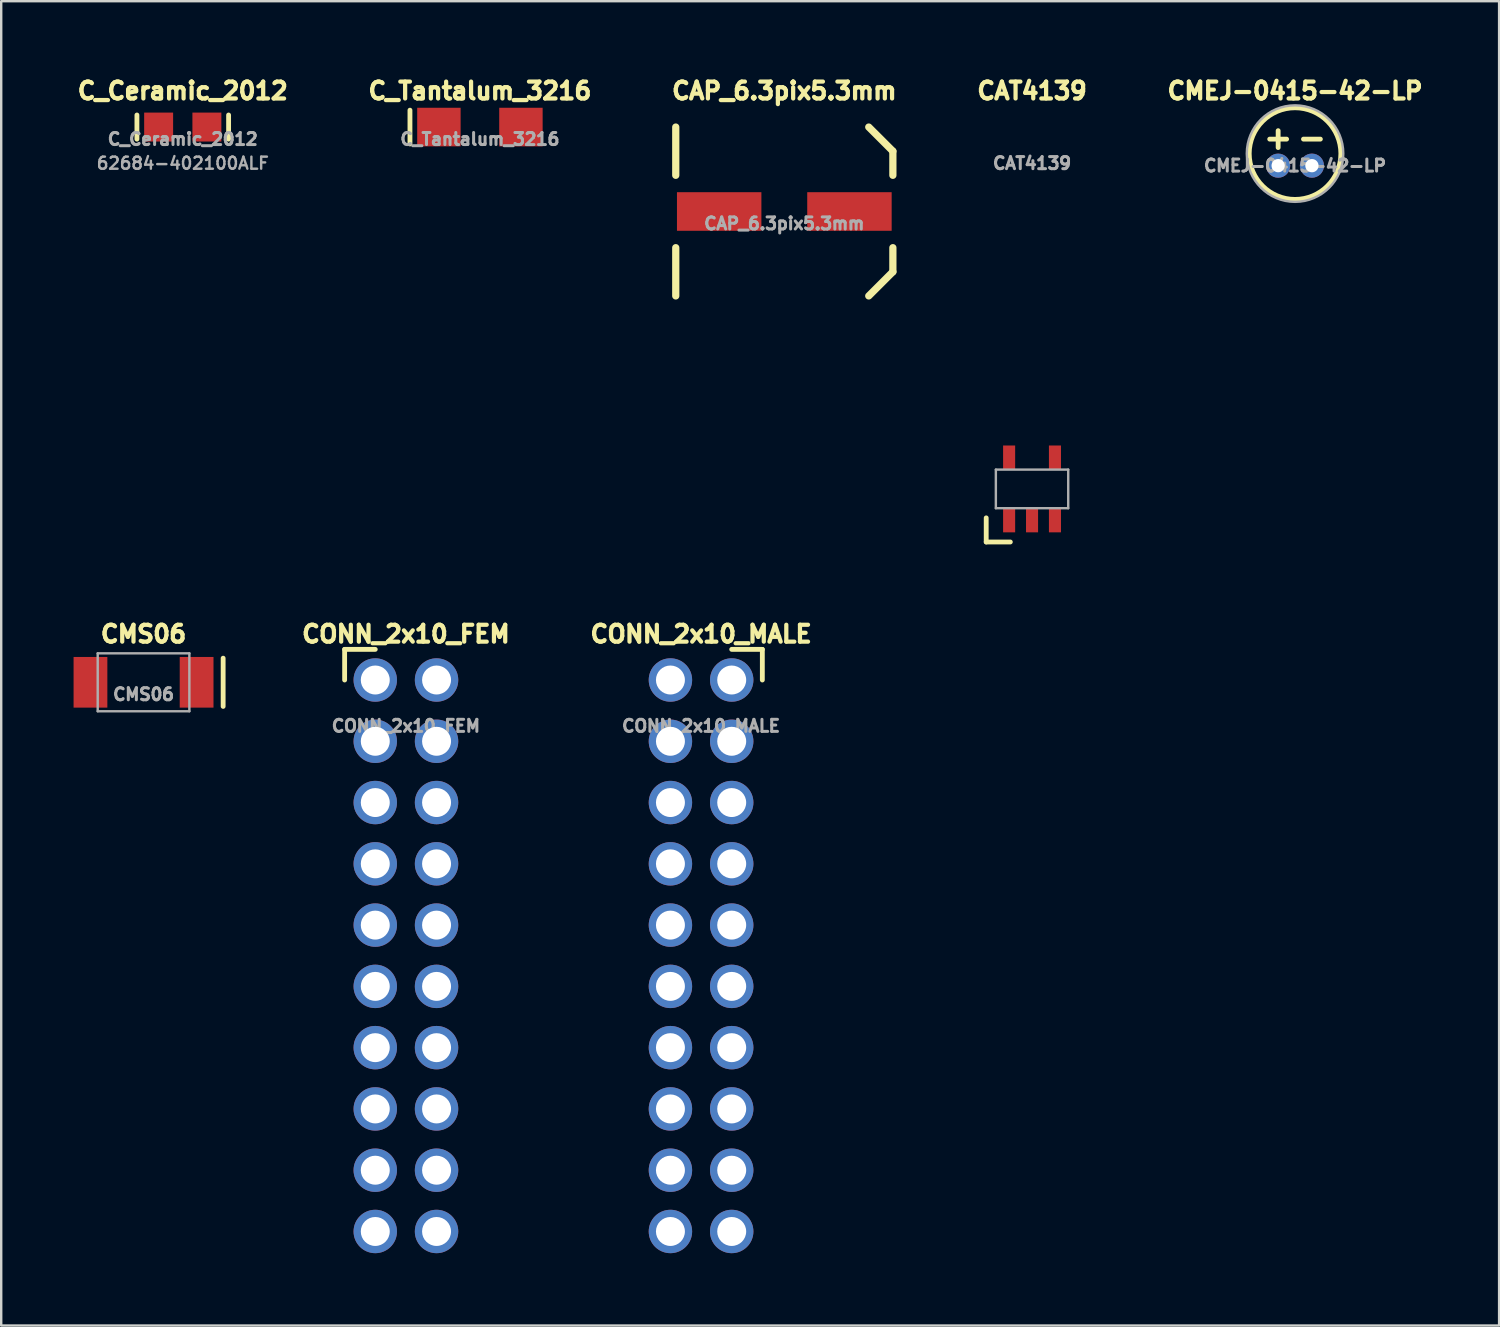
<source format=kicad_pcb>
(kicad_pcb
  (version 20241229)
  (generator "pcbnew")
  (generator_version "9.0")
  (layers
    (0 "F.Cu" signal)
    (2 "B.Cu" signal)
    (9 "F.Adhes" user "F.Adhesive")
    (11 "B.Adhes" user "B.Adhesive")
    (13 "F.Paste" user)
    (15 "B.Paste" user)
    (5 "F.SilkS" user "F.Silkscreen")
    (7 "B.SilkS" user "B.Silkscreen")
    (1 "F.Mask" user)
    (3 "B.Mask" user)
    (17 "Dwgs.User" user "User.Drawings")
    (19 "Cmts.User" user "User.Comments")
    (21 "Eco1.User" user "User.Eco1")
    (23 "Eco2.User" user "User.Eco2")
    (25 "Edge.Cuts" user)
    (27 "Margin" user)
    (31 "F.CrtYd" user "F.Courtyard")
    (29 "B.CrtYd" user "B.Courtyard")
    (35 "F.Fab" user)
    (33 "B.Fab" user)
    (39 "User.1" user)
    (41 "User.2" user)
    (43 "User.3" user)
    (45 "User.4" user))
  (footprint "CAP_6.3pix5.3mm"
    (layer "F.Cu")
    (at 29.462 5.717)
    (property "Reference" "CAP_6.3pix5.3mm" (at 0 -5 0) (unlocked yes) (layer "F.SilkS") (effects (font (size 0.7 0.7) (thickness 0.175) (bold yes))))
    (attr smd)
    (fp_line (start -4.5 -3.5) (end -4.5 -1.5) (stroke (width 0.3) (type default)) (layer "F.SilkS"))
    (fp_line (start -4.5 1.5) (end -4.5 3.5) (stroke (width 0.3) (type default)) (layer "F.SilkS"))
    (fp_line (start 3.5 -3.5) (end 4.5 -2.5) (stroke (width 0.3) (type default)) (layer "F.SilkS"))
    (fp_line (start 4.5 -2.5) (end 4.5 -1.5) (stroke (width 0.3) (type default)) (layer "F.SilkS"))
    (fp_line (start 4.5 1.5) (end 4.5 2.5) (stroke (width 0.3) (type default)) (layer "F.SilkS"))
    (fp_line (start 4.5 2.5) (end 3.5 3.5) (stroke (width 0.3) (type default)) (layer "F.SilkS"))
    (fp_text user "${REFERENCE}" (at 0 0.5 0) (unlocked yes) (layer "F.Fab") (effects (font (size 0.5 0.5) (thickness 0.125))))
    (pad "1" smd rect (at 2.7 0) (size 3.5 1.6) (layers "F.Cu" "F.Mask" "F.Paste"))
    (pad "2" smd rect (at -2.7 0) (size 3.5 1.6) (layers "F.Cu" "F.Mask" "F.Paste")))
  (footprint "CONN_2x10_MALE"
    (layer "F.Cu")
    (at 26.011 25.138)
    (property "Reference" "CONN_2x10_MALE" (at 0 -1.905 0) (unlocked yes) (layer "F.SilkS") (effects (font (size 0.7 0.7) (thickness 0.175) (bold yes))))
    (attr smd)
    (fp_line (start 1.27 -1.27) (end 2.54 -1.27) (stroke (width 0.2) (type default)) (layer "F.SilkS"))
    (fp_line (start 2.54 -1.27) (end 2.54 0) (stroke (width 0.2) (type default)) (layer "F.SilkS"))
    (fp_text user "${REFERENCE}" (at 0 1.905 0) (unlocked yes) (layer "F.Fab") (effects (font (size 0.5 0.5) (thickness 0.125))))
    (pad "1" thru_hole circle (at 1.27 0) (size 1.8 1.8) (drill 1.2) (layers "*.Cu" "*.Mask"))
    (pad "2" thru_hole circle (at 1.27 2.54) (size 1.8 1.8) (drill 1.2) (layers "*.Cu" "*.Mask"))
    (pad "3" thru_hole circle (at 1.27 5.08) (size 1.8 1.8) (drill 1.2) (layers "*.Cu" "*.Mask"))
    (pad "4" thru_hole circle (at 1.27 7.62) (size 1.8 1.8) (drill 1.2) (layers "*.Cu" "*.Mask"))
    (pad "5" thru_hole circle (at 1.27 10.16) (size 1.8 1.8) (drill 1.2) (layers "*.Cu" "*.Mask"))
    (pad "6" thru_hole circle (at 1.27 12.7) (size 1.8 1.8) (drill 1.2) (layers "*.Cu" "*.Mask"))
    (pad "7" thru_hole circle (at 1.27 15.24) (size 1.8 1.8) (drill 1.2) (layers "*.Cu" "*.Mask"))
    (pad "8" thru_hole circle (at 1.27 17.78) (size 1.8 1.8) (drill 1.2) (layers "*.Cu" "*.Mask"))
    (pad "9" thru_hole circle (at 1.27 20.32) (size 1.8 1.8) (drill 1.2) (layers "*.Cu" "*.Mask"))
    (pad "10" thru_hole circle (at 1.27 22.86) (size 1.8 1.8) (drill 1.2) (layers "*.Cu" "*.Mask"))
    (pad "11" thru_hole circle (at -1.27 22.86) (size 1.8 1.8) (drill 1.2) (layers "*.Cu" "*.Mask"))
    (pad "12" thru_hole circle (at -1.27 20.32) (size 1.8 1.8) (drill 1.2) (layers "*.Cu" "*.Mask"))
    (pad "13" thru_hole circle (at -1.27 17.78) (size 1.8 1.8) (drill 1.2) (layers "*.Cu" "*.Mask"))
    (pad "14" thru_hole circle (at -1.27 15.24) (size 1.8 1.8) (drill 1.2) (layers "*.Cu" "*.Mask"))
    (pad "15" thru_hole circle (at -1.27 12.7) (size 1.8 1.8) (drill 1.2) (layers "*.Cu" "*.Mask"))
    (pad "16" thru_hole circle (at -1.27 10.16) (size 1.8 1.8) (drill 1.2) (layers "*.Cu" "*.Mask"))
    (pad "17" thru_hole circle (at -1.27 7.62) (size 1.8 1.8) (drill 1.2) (layers "*.Cu" "*.Mask"))
    (pad "18" thru_hole circle (at -1.27 5.08) (size 1.8 1.8) (drill 1.2) (layers "*.Cu" "*.Mask"))
    (pad "19" thru_hole circle (at -1.27 2.54) (size 1.8 1.8) (drill 1.2) (layers "*.Cu" "*.Mask"))
    (pad "20" thru_hole circle (at -1.27 0) (size 1.8 1.8) (drill 1.2) (layers "*.Cu" "*.Mask")))
  (footprint "C_Tantalum_3216"
    (layer "F.Cu")
    (at 16.844 2.217)
    (property "Reference" "C_Tantalum_3216" (at 0 -1.5 0) (unlocked yes) (layer "F.SilkS") (effects (font (size 0.7 0.7) (thickness 0.175) (bold yes))))
    (attr smd)
    (fp_line (start -2.9 -0.7) (end -2.9 0.7) (stroke (width 0.2) (type default)) (layer "F.SilkS"))
    (fp_text user "${REFERENCE}" (at 0 0.5 0) (unlocked yes) (layer "F.Fab") (effects (font (size 0.5 0.5) (thickness 0.125))))
    (pad "1" smd rect (at -1.7 0) (size 1.8 1.6) (layers "F.Cu" "F.Mask" "F.Paste"))
    (pad "2" smd rect (at 1.7 0) (size 1.8 1.6) (layers "F.Cu" "F.Mask" "F.Paste")))
  (footprint "CONN_2x10_FEM"
    (layer "F.Cu")
    (at 13.776 25.138)
    (property "Reference" "CONN_2x10_FEM" (at 0 -1.905 0) (unlocked yes) (layer "F.SilkS") (effects (font (size 0.7 0.7) (thickness 0.175) (bold yes))))
    (attr smd)
    (fp_line (start -2.54 -1.27) (end -2.54 0) (stroke (width 0.2) (type default)) (layer "F.SilkS"))
    (fp_line (start -1.27 -1.27) (end -2.54 -1.27) (stroke (width 0.2) (type default)) (layer "F.SilkS"))
    (fp_text user "${REFERENCE}" (at 0 1.905 0) (unlocked yes) (layer "F.Fab") (effects (font (size 0.5 0.5) (thickness 0.125))))
    (pad "1" thru_hole circle (at -1.27 0) (size 1.8 1.8) (drill 1.2) (layers "*.Cu" "*.Mask"))
    (pad "2" thru_hole circle (at -1.27 2.54) (size 1.8 1.8) (drill 1.2) (layers "*.Cu" "*.Mask"))
    (pad "3" thru_hole circle (at -1.27 5.08) (size 1.8 1.8) (drill 1.2) (layers "*.Cu" "*.Mask"))
    (pad "4" thru_hole circle (at -1.27 7.62) (size 1.8 1.8) (drill 1.2) (layers "*.Cu" "*.Mask"))
    (pad "5" thru_hole circle (at -1.27 10.16) (size 1.8 1.8) (drill 1.2) (layers "*.Cu" "*.Mask"))
    (pad "6" thru_hole circle (at -1.27 12.7) (size 1.8 1.8) (drill 1.2) (layers "*.Cu" "*.Mask"))
    (pad "7" thru_hole circle (at -1.27 15.24) (size 1.8 1.8) (drill 1.2) (layers "*.Cu" "*.Mask"))
    (pad "8" thru_hole circle (at -1.27 17.78) (size 1.8 1.8) (drill 1.2) (layers "*.Cu" "*.Mask"))
    (pad "9" thru_hole circle (at -1.27 20.32) (size 1.8 1.8) (drill 1.2) (layers "*.Cu" "*.Mask"))
    (pad "10" thru_hole circle (at -1.27 22.86) (size 1.8 1.8) (drill 1.2) (layers "*.Cu" "*.Mask"))
    (pad "11" thru_hole circle (at 1.27 22.86) (size 1.8 1.8) (drill 1.2) (layers "*.Cu" "*.Mask"))
    (pad "12" thru_hole circle (at 1.27 20.32) (size 1.8 1.8) (drill 1.2) (layers "*.Cu" "*.Mask"))
    (pad "13" thru_hole circle (at 1.27 17.78) (size 1.8 1.8) (drill 1.2) (layers "*.Cu" "*.Mask"))
    (pad "14" thru_hole circle (at 1.27 15.24) (size 1.8 1.8) (drill 1.2) (layers "*.Cu" "*.Mask"))
    (pad "15" thru_hole circle (at 1.27 12.7) (size 1.8 1.8) (drill 1.2) (layers "*.Cu" "*.Mask"))
    (pad "16" thru_hole circle (at 1.27 10.16) (size 1.8 1.8) (drill 1.2) (layers "*.Cu" "*.Mask"))
    (pad "17" thru_hole circle (at 1.27 7.62) (size 1.8 1.8) (drill 1.2) (layers "*.Cu" "*.Mask"))
    (pad "18" thru_hole circle (at 1.27 5.08) (size 1.8 1.8) (drill 1.2) (layers "*.Cu" "*.Mask"))
    (pad "19" thru_hole circle (at 1.27 2.54) (size 1.8 1.8) (drill 1.2) (layers "*.Cu" "*.Mask"))
    (pad "20" thru_hole circle (at 1.27 0) (size 1.8 1.8) (drill 1.2) (layers "*.Cu" "*.Mask")))
  (footprint "C_Ceramic_2012"
    (layer "F.Cu")
    (at 4.526 2.217)
    (property "Reference" "C_Ceramic_2012" (at 0 -1.5 0) (unlocked yes) (layer "F.SilkS") (effects (font (size 0.7 0.7) (thickness 0.175) (bold yes))))
    (attr smd)
    (fp_line (start -1.9 -0.5) (end -1.9 0.5) (stroke (width 0.2) (type default)) (layer "F.SilkS"))
    (fp_line (start 1.9 -0.5) (end 1.9 0.5) (stroke (width 0.2) (type default)) (layer "F.SilkS"))
    (fp_text user "${REFERENCE}" (at 0 0.5 0) (unlocked yes) (layer "F.Fab") (effects (font (size 0.5 0.5) (thickness 0.125))))
    (fp_text user "62684-402100ALF" (at 0 1.5 0) (unlocked yes) (layer "F.Fab") (effects (font (size 0.5 0.5) (thickness 0.1))))
    (pad "1" smd rect (at -1 0) (size 1.2 1.2) (layers "F.Cu" "F.Mask" "F.Paste"))
    (pad "2" smd rect (at 1 0) (size 1.2 1.2) (layers "F.Cu" "F.Mask" "F.Paste")))
  (footprint "CAT4139"
    (layer "F.Cu")
    (at 39.731 17.217)
    (property "Reference" "CAT4139" (at 0 -16.5 0) (unlocked yes) (layer "F.SilkS") (effects (font (size 0.7 0.7) (thickness 0.175) (bold yes))))
    (attr smd)
    (fp_line (start -1.9 1.2) (end -1.9 2.2) (stroke (width 0.2) (type default)) (layer "F.SilkS"))
    (fp_line (start -1.9 2.2) (end -0.9 2.2) (stroke (width 0.2) (type default)) (layer "F.SilkS"))
    (fp_line (start -1.5 -0.8) (end -1.5 0.8) (stroke (width 0.1) (type default)) (layer "F.Fab"))
    (fp_line (start -1.5 -0.8) (end 1.5 -0.8) (stroke (width 0.1) (type default)) (layer "F.Fab"))
    (fp_line (start -1.5 0.8) (end 1.5 0.8) (stroke (width 0.1) (type default)) (layer "F.Fab"))
    (fp_line (start 1.5 -0.8) (end 1.5 0.8) (stroke (width 0.1) (type default)) (layer "F.Fab"))
    (fp_text user "${REFERENCE}" (at 0 -13.5 0) (unlocked yes) (layer "F.Fab") (effects (font (size 0.5 0.5) (thickness 0.125))))
    (pad "1" smd rect (at -0.95 1.3) (size 0.5 1) (layers "F.Cu" "F.Mask" "F.Paste"))
    (pad "2" smd rect (at 0 1.3) (size 0.5 1) (layers "F.Cu" "F.Mask" "F.Paste"))
    (pad "3" smd rect (at 0.95 1.3) (size 0.5 1) (layers "F.Cu" "F.Mask" "F.Paste"))
    (pad "4" smd rect (at 0.95 -1.3) (size 0.5 1) (layers "F.Cu" "F.Mask" "F.Paste"))
    (pad "5" smd rect (at -0.95 -1.3) (size 0.5 1) (layers "F.Cu" "F.Mask" "F.Paste")))
  (footprint "CMS06"
    (layer "F.Cu")
    (at 2.9 25.233)
    (property "Reference" "CMS06" (at 0 -2 0) (unlocked yes) (layer "F.SilkS") (effects (font (size 0.7 0.7) (thickness 0.175) (bold yes))))
    (attr smd)
    (fp_line (start 3.3 -1) (end 3.3 1) (stroke (width 0.2) (type default)) (layer "F.SilkS"))
    (fp_line (start -1.9 -1.2) (end -1.9 1.2) (stroke (width 0.1) (type default)) (layer "F.Fab"))
    (fp_line (start -1.9 -1.2) (end 1.9 -1.2) (stroke (width 0.1) (type default)) (layer "F.Fab"))
    (fp_line (start -1.9 1.2) (end 1.9 1.2) (stroke (width 0.1) (type default)) (layer "F.Fab"))
    (fp_line (start 1.9 -1.2) (end 1.9 1.2) (stroke (width 0.1) (type default)) (layer "F.Fab"))
    (fp_text user "${REFERENCE}" (at 0 0.5 0) (unlocked yes) (layer "F.Fab") (effects (font (size 0.5 0.5) (thickness 0.125))))
    (pad "1" smd rect (at -2.2 0) (size 1.4 2.1) (layers "F.Cu" "F.Mask" "F.Paste"))
    (pad "2" smd rect (at 2.2 0) (size 1.4 2.1) (layers "F.Cu" "F.Mask" "F.Paste")))
  (footprint "CMEJ-0415-42-LP"
    (layer "F.Cu")
    (at 50.633 3.317)
    (property "Reference" "CMEJ-0415-42-LP" (at 0 -2.6 0) (unlocked yes) (layer "F.SilkS") (effects (font (size 0.7 0.7) (thickness 0.175) (bold yes))))
    (attr smd)
    (fp_line (start -1.05 -0.6) (end -0.35 -0.6) (stroke (width 0.2) (type default)) (layer "F.SilkS"))
    (fp_line (start -0.7 -0.25) (end -0.7 -0.95) (stroke (width 0.2) (type default)) (layer "F.SilkS"))
    (fp_line (start 0.35 -0.6) (end 1.05 -0.6) (stroke (width 0.2) (type default)) (layer "F.SilkS"))
    (fp_circle (center 0 0) (end 1.9 0) (stroke (width 0.2) (type default)) (fill no) (layer "F.SilkS"))
    (fp_circle (center 0 0) (end 2 0) (stroke (width 0.1) (type default)) (fill no) (layer "F.Fab"))
    (fp_text user "${REFERENCE}" (at 0 0.5 0) (unlocked yes) (layer "F.Fab") (effects (font (size 0.5 0.5) (thickness 0.125))))
    (pad "1" thru_hole circle (at -0.7 0.5) (size 1 1) (drill 0.55) (layers "*.Cu" "*.Mask"))
    (pad "2" thru_hole circle (at 0.7 0.5) (size 1 1) (drill 0.55) (layers "*.Cu" "*.Mask")))
  (gr_rect
    (start -3 -3)
    (end 59.092 51.898)
    (stroke (width 0.1) (type default))
    (fill no)
    (layer "Edge.Cuts")))
</source>
